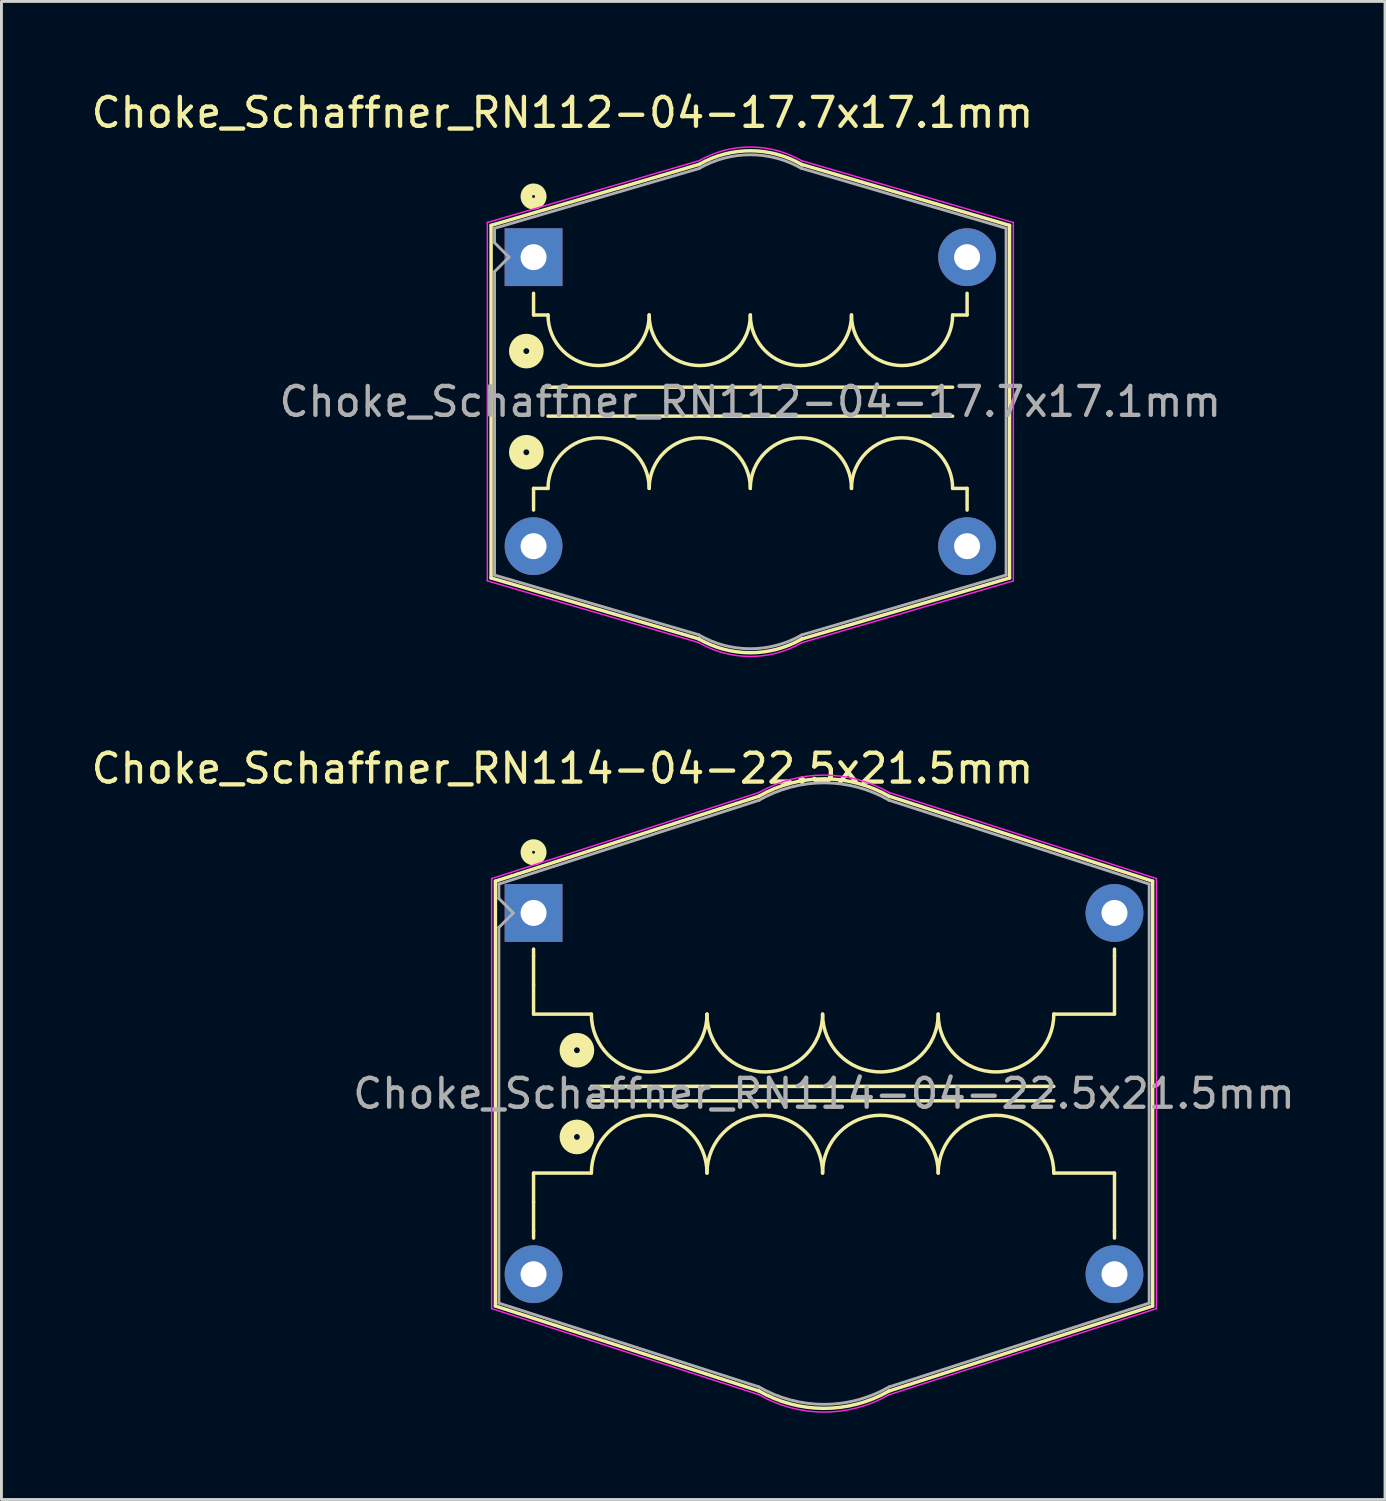
<source format=kicad_pcb>
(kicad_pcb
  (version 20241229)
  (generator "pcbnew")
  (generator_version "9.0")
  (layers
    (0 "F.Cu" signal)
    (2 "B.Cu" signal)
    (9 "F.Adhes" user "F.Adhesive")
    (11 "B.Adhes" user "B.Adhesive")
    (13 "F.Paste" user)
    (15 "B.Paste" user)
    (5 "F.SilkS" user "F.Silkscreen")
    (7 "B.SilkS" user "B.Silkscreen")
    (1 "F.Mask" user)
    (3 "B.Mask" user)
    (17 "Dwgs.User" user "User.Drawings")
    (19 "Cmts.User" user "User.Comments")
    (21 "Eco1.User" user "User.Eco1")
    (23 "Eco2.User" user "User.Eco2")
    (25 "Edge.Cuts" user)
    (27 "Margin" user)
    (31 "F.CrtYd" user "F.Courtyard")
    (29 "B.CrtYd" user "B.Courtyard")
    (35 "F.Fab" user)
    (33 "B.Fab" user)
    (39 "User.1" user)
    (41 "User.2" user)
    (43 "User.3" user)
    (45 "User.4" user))
  (footprint "Choke_Schaffner_RN112-04-17.7x17.1mm"
    (layer "F.Cu")
    (at 15.411 5.848)
    (property "Reference" "Choke_Schaffner_RN112-04-17.7x17.1mm" (at 1 -5 0) (layer "F.SilkS") (effects (font (size 1 1) (thickness 0.15))))
    (attr through_hole)
    (fp_line (start -1.47 -1.1) (end 5.73 -3.21) (stroke (width 0.12) (type solid)) (layer "F.SilkS"))
    (fp_line (start -1.47 11.1) (end -1.47 -1.1) (stroke (width 0.12) (type solid)) (layer "F.SilkS"))
    (fp_line (start 0 2) (end 0 1.25) (stroke (width 0.12) (type solid)) (layer "F.SilkS"))
    (fp_line (start 0 8) (end 0 8.75) (stroke (width 0.12) (type solid)) (layer "F.SilkS"))
    (fp_line (start 0.5 2) (end 0 2) (stroke (width 0.12) (type solid)) (layer "F.SilkS"))
    (fp_line (start 0.5 5.5) (end 14.5 5.5) (stroke (width 0.12) (type solid)) (layer "F.SilkS"))
    (fp_line (start 0.5 8) (end 0 8) (stroke (width 0.12) (type solid)) (layer "F.SilkS"))
    (fp_line (start 5.73 13.21) (end -1.47 11.1) (stroke (width 0.12) (type solid)) (layer "F.SilkS"))
    (fp_line (start 9.27 -3.21) (end 16.47 -1.1) (stroke (width 0.12) (type solid)) (layer "F.SilkS"))
    (fp_line (start 14.5 2) (end 15 2) (stroke (width 0.12) (type solid)) (layer "F.SilkS"))
    (fp_line (start 14.5 4.5) (end 0.5 4.5) (stroke (width 0.12) (type solid)) (layer "F.SilkS"))
    (fp_line (start 14.5 8) (end 15 8) (stroke (width 0.12) (type solid)) (layer "F.SilkS"))
    (fp_line (start 15 2) (end 15 1.25) (stroke (width 0.12) (type solid)) (layer "F.SilkS"))
    (fp_line (start 15 8) (end 15 8.75) (stroke (width 0.12) (type solid)) (layer "F.SilkS"))
    (fp_line (start 16.47 -1.1) (end 16.47 11.1) (stroke (width 0.12) (type solid)) (layer "F.SilkS"))
    (fp_line (start 16.47 11.1) (end 9.28 13.21) (stroke (width 0.12) (type solid)) (layer "F.SilkS"))
    (fp_arc (start 0.5 8) (mid 2.25 6.25) (end 4 8) (stroke (width 0.12) (type solid)) (layer "F.SilkS"))
    (fp_arc (start 4 2) (mid 2.25 3.75) (end 0.5 2) (stroke (width 0.12) (type solid)) (layer "F.SilkS"))
    (fp_arc (start 4 8) (mid 5.75 6.25) (end 7.5 8) (stroke (width 0.12) (type solid)) (layer "F.SilkS"))
    (fp_arc (start 5.73 -3.21) (mid 7.512135 -3.681018) (end 9.291018 -3.197865) (stroke (width 0.12) (type solid)) (layer "F.SilkS"))
    (fp_arc (start 7.5 2) (mid 5.75 3.75) (end 4 2) (stroke (width 0.12) (type solid)) (layer "F.SilkS"))
    (fp_arc (start 7.5 8) (mid 9.25 6.25) (end 11 8) (stroke (width 0.12) (type solid)) (layer "F.SilkS"))
    (fp_arc (start 9.28 13.21) (mid 7.496525 13.686018) (end 5.713982 13.206525) (stroke (width 0.12) (type solid)) (layer "F.SilkS"))
    (fp_arc (start 11 2) (mid 9.25 3.75) (end 7.5 2) (stroke (width 0.12) (type solid)) (layer "F.SilkS"))
    (fp_arc (start 11 8) (mid 12.75 6.25) (end 14.5 8) (stroke (width 0.12) (type solid)) (layer "F.SilkS"))
    (fp_arc (start 14.5 2) (mid 12.75 3.75) (end 11 2) (stroke (width 0.12) (type solid)) (layer "F.SilkS"))
    (fp_circle (center -0.25 3.25) (end -0.15 3.25) (stroke (width 0.5) (type solid)) (fill no) (layer "F.SilkS"))
    (fp_circle (center -0.25 6.75) (end -0.15 6.75) (stroke (width 0.5) (type solid)) (fill no) (layer "F.SilkS"))
    (fp_circle (center 0 -2.1) (end 0.05 -2.1) (stroke (width 0.4) (type solid)) (fill no) (layer "F.SilkS"))
    (fp_line (start -1.6 -1.2) (end 5.73 -3.34) (stroke (width 0.05) (type solid)) (layer "F.CrtYd"))
    (fp_line (start -1.6 11.2) (end -1.6 -1.2) (stroke (width 0.05) (type solid)) (layer "F.CrtYd"))
    (fp_line (start 5.73 13.34) (end -1.6 11.2) (stroke (width 0.05) (type solid)) (layer "F.CrtYd"))
    (fp_line (start 9.27 -3.34) (end 16.6 -1.2) (stroke (width 0.05) (type solid)) (layer "F.CrtYd"))
    (fp_line (start 16.6 -1.2) (end 16.6 11.2) (stroke (width 0.05) (type solid)) (layer "F.CrtYd"))
    (fp_line (start 16.6 11.2) (end 9.28 13.34) (stroke (width 0.05) (type solid)) (layer "F.CrtYd"))
    (fp_arc (start 5.73 -3.34) (mid 7.512135 -3.811018) (end 9.291018 -3.327865) (stroke (width 0.05) (type solid)) (layer "F.CrtYd"))
    (fp_arc (start 9.28 13.34) (mid 7.496525 13.816018) (end 5.713982 13.336525) (stroke (width 0.05) (type solid)) (layer "F.CrtYd"))
    (fp_line (start -1.35 -1) (end 5.73 -3.07) (stroke (width 0.1) (type solid)) (layer "F.Fab"))
    (fp_line (start -1.35 -0.5) (end -1.35 -1) (stroke (width 0.1) (type solid)) (layer "F.Fab"))
    (fp_line (start -1.35 0.5) (end -0.85 0) (stroke (width 0.1) (type solid)) (layer "F.Fab"))
    (fp_line (start -1.35 11) (end -1.35 0.5) (stroke (width 0.1) (type solid)) (layer "F.Fab"))
    (fp_line (start -0.85 0) (end -1.35 -0.5) (stroke (width 0.1) (type solid)) (layer "F.Fab"))
    (fp_line (start 5.73 13.07) (end -1.35 11) (stroke (width 0.1) (type solid)) (layer "F.Fab"))
    (fp_line (start 9.28 -3.07) (end 16.35 -1) (stroke (width 0.1) (type solid)) (layer "F.Fab"))
    (fp_line (start 16.35 -1) (end 16.35 11) (stroke (width 0.1) (type solid)) (layer "F.Fab"))
    (fp_line (start 16.35 11) (end 9.28 13.07) (stroke (width 0.1) (type solid)) (layer "F.Fab"))
    (fp_arc (start 5.73 -3.07) (mid 7.502135 -3.543698) (end 9.273698 -3.067865) (stroke (width 0.1) (type solid)) (layer "F.Fab"))
    (fp_arc (start 9.28 13.07) (mid 7.506525 13.548698) (end 5.731302 13.076525) (stroke (width 0.1) (type solid)) (layer "F.Fab"))
    (fp_text user "${REFERENCE}" (at 7.5 5 0) (layer "F.Fab") (effects (font (size 1 1) (thickness 0.15))))
    (pad "1" thru_hole rect (at 0 0) (size 2 2) (drill 0.9) (layers "*.Cu" "*.Mask"))
    (pad "2" thru_hole circle (at 15 0) (size 2 2) (drill 0.9) (layers "*.Cu" "*.Mask"))
    (pad "3" thru_hole circle (at 0 10) (size 2 2) (drill 0.9) (layers "*.Cu" "*.Mask"))
    (pad "4" thru_hole circle (at 15 10) (size 2 2) (drill 0.9) (layers "*.Cu" "*.Mask")))
  (footprint "Choke_Schaffner_RN114-04-22.5x21.5mm"
    (layer "F.Cu")
    (at 15.411 28.538)
    (property "Reference" "Choke_Schaffner_RN114-04-22.5x21.5mm" (at 1 -5 0) (layer "F.SilkS") (effects (font (size 1 1) (thickness 0.15))))
    (attr through_hole)
    (fp_line (start -1.32 -1.1) (end 7.8 -4.04) (stroke (width 0.12) (type solid)) (layer "F.SilkS"))
    (fp_line (start -1.32 13.6) (end -1.32 -1.1) (stroke (width 0.12) (type solid)) (layer "F.SilkS"))
    (fp_line (start 0 1.5) (end 0 1.25) (stroke (width 0.12) (type solid)) (layer "F.SilkS"))
    (fp_line (start 0 2.5) (end 0 1.5) (stroke (width 0.12) (type solid)) (layer "F.SilkS"))
    (fp_line (start 0 3.5) (end 0 2.5) (stroke (width 0.12) (type solid)) (layer "F.SilkS"))
    (fp_line (start 0 9) (end 0 10) (stroke (width 0.12) (type solid)) (layer "F.SilkS"))
    (fp_line (start 0 10) (end 0 11) (stroke (width 0.12) (type solid)) (layer "F.SilkS"))
    (fp_line (start 0 11) (end 0 11.25) (stroke (width 0.12) (type solid)) (layer "F.SilkS"))
    (fp_line (start 2 3.5) (end 0 3.5) (stroke (width 0.12) (type solid)) (layer "F.SilkS"))
    (fp_line (start 2 6) (end 18 6) (stroke (width 0.12) (type solid)) (layer "F.SilkS"))
    (fp_line (start 2 9) (end 0 9) (stroke (width 0.12) (type solid)) (layer "F.SilkS"))
    (fp_line (start 7.8 16.54) (end -1.32 13.6) (stroke (width 0.12) (type solid)) (layer "F.SilkS"))
    (fp_line (start 12.3 -4.04) (end 21.42 -1.1) (stroke (width 0.12) (type solid)) (layer "F.SilkS"))
    (fp_line (start 18 3.5) (end 20.1 3.5) (stroke (width 0.12) (type solid)) (layer "F.SilkS"))
    (fp_line (start 18 6.5) (end 2 6.5) (stroke (width 0.12) (type solid)) (layer "F.SilkS"))
    (fp_line (start 20.1 1.5) (end 20.1 1.25) (stroke (width 0.12) (type solid)) (layer "F.SilkS"))
    (fp_line (start 20.1 3.5) (end 20.1 1.5) (stroke (width 0.12) (type solid)) (layer "F.SilkS"))
    (fp_line (start 20.1 9) (end 18 9) (stroke (width 0.12) (type solid)) (layer "F.SilkS"))
    (fp_line (start 20.1 9) (end 20.1 11) (stroke (width 0.12) (type solid)) (layer "F.SilkS"))
    (fp_line (start 20.1 11) (end 20.1 11.25) (stroke (width 0.12) (type solid)) (layer "F.SilkS"))
    (fp_line (start 21.42 -1.1) (end 21.42 13.6) (stroke (width 0.12) (type solid)) (layer "F.SilkS"))
    (fp_line (start 21.42 13.6) (end 12.3 16.54) (stroke (width 0.12) (type solid)) (layer "F.SilkS"))
    (fp_arc (start 2 9) (mid 4 7) (end 6 9) (stroke (width 0.12) (type solid)) (layer "F.SilkS"))
    (fp_arc (start 6 3.5) (mid 4 5.5) (end 2 3.5) (stroke (width 0.12) (type solid)) (layer "F.SilkS"))
    (fp_arc (start 6 9) (mid 8 7) (end 10 9) (stroke (width 0.12) (type solid)) (layer "F.SilkS"))
    (fp_arc (start 7.8 -4.04) (mid 10.061443 -4.63982) (end 12.31982 -4.028557) (stroke (width 0.12) (type solid)) (layer "F.SilkS"))
    (fp_arc (start 10 3.5) (mid 8 5.5) (end 6 3.5) (stroke (width 0.12) (type solid)) (layer "F.SilkS"))
    (fp_arc (start 10 9) (mid 12 7) (end 14 9) (stroke (width 0.12) (type solid)) (layer "F.SilkS"))
    (fp_arc (start 12.3 16.54) (mid 10.038557 17.13982) (end 7.78018 16.528557) (stroke (width 0.12) (type solid)) (layer "F.SilkS"))
    (fp_arc (start 14 3.5) (mid 12 5.5) (end 10 3.5) (stroke (width 0.12) (type solid)) (layer "F.SilkS"))
    (fp_arc (start 14 9) (mid 16 7) (end 18 9) (stroke (width 0.12) (type solid)) (layer "F.SilkS"))
    (fp_arc (start 18 3.5) (mid 16 5.5) (end 14 3.5) (stroke (width 0.12) (type solid)) (layer "F.SilkS"))
    (fp_circle (center 0 -2.1) (end 0.05 -2.1) (stroke (width 0.4) (type solid)) (fill no) (layer "F.SilkS"))
    (fp_circle (center 1.5 4.75) (end 1.6 4.75) (stroke (width 0.5) (type solid)) (fill no) (layer "F.SilkS"))
    (fp_circle (center 1.5 7.75) (end 1.6 7.75) (stroke (width 0.5) (type solid)) (fill no) (layer "F.SilkS"))
    (fp_line (start -1.45 -1.19) (end 7.8 -4.17) (stroke (width 0.05) (type solid)) (layer "F.CrtYd"))
    (fp_line (start -1.45 13.69) (end -1.45 -1.19) (stroke (width 0.05) (type solid)) (layer "F.CrtYd"))
    (fp_line (start 7.8 16.67) (end -1.45 13.69) (stroke (width 0.05) (type solid)) (layer "F.CrtYd"))
    (fp_line (start 12.3 -4.17) (end 21.55 -1.19) (stroke (width 0.05) (type solid)) (layer "F.CrtYd"))
    (fp_line (start 21.55 -1.19) (end 21.55 13.69) (stroke (width 0.05) (type solid)) (layer "F.CrtYd"))
    (fp_line (start 21.55 13.69) (end 12.3 16.67) (stroke (width 0.05) (type solid)) (layer "F.CrtYd"))
    (fp_arc (start 7.8 -4.17) (mid 10.061443 -4.76982) (end 12.31982 -4.158557) (stroke (width 0.05) (type solid)) (layer "F.CrtYd"))
    (fp_arc (start 12.3 16.67) (mid 10.038557 17.26982) (end 7.78018 16.658557) (stroke (width 0.05) (type solid)) (layer "F.CrtYd"))
    (fp_line (start -1.2 -1) (end 7.8 -3.9) (stroke (width 0.1) (type solid)) (layer "F.Fab"))
    (fp_line (start -1.2 -0.5) (end -1.2 -1) (stroke (width 0.1) (type solid)) (layer "F.Fab"))
    (fp_line (start -1.2 0.5) (end -0.7 0) (stroke (width 0.1) (type solid)) (layer "F.Fab"))
    (fp_line (start -1.2 13.5) (end -1.2 0.5) (stroke (width 0.1) (type solid)) (layer "F.Fab"))
    (fp_line (start -0.7 0) (end -1.2 -0.5) (stroke (width 0.1) (type solid)) (layer "F.Fab"))
    (fp_line (start 7.8 16.4) (end -1.2 13.5) (stroke (width 0.1) (type solid)) (layer "F.Fab"))
    (fp_line (start 12.3 -3.9) (end 21.3 -1) (stroke (width 0.1) (type solid)) (layer "F.Fab"))
    (fp_line (start 21.3 -1) (end 21.3 13.5) (stroke (width 0.1) (type solid)) (layer "F.Fab"))
    (fp_line (start 21.3 13.5) (end 12.3 16.4) (stroke (width 0.1) (type solid)) (layer "F.Fab"))
    (fp_arc (start 7.8 -3.9) (mid 10.051443 -4.502499) (end 12.302499 -3.898557) (stroke (width 0.1) (type solid)) (layer "F.Fab"))
    (fp_arc (start 12.3 16.4) (mid 10.048557 17.002499) (end 7.797501 16.398557) (stroke (width 0.1) (type solid)) (layer "F.Fab"))
    (fp_text user "${REFERENCE}" (at 10.05 6.25 0) (layer "F.Fab") (effects (font (size 1 1) (thickness 0.15))))
    (pad "1" thru_hole rect (at 0 0) (size 2 2) (drill 0.9) (layers "*.Cu" "*.Mask"))
    (pad "2" thru_hole circle (at 20.1 0) (size 2 2) (drill 0.9) (layers "*.Cu" "*.Mask"))
    (pad "3" thru_hole circle (at 0 12.5) (size 2 2) (drill 0.9) (layers "*.Cu" "*.Mask"))
    (pad "4" thru_hole circle (at 20.1 12.5) (size 2 2) (drill 0.9) (layers "*.Cu" "*.Mask")))
  (gr_rect
    (start -3 -3)
    (end 44.871 48.832)
    (stroke (width 0.1) (type default))
    (fill no)
    (layer "Edge.Cuts")))
</source>
